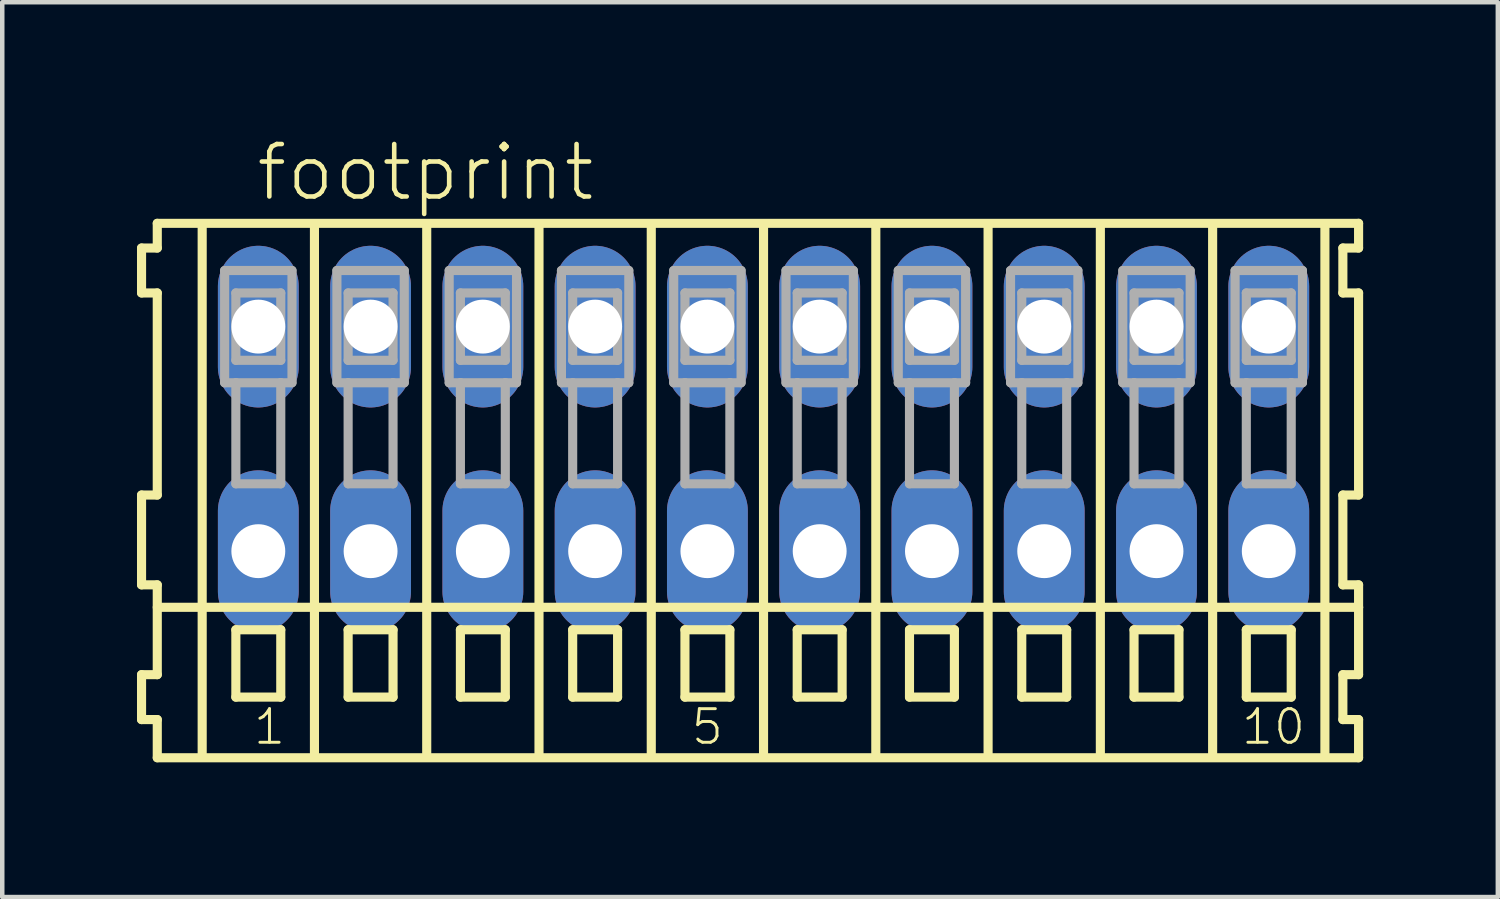
<source format=kicad_pcb>
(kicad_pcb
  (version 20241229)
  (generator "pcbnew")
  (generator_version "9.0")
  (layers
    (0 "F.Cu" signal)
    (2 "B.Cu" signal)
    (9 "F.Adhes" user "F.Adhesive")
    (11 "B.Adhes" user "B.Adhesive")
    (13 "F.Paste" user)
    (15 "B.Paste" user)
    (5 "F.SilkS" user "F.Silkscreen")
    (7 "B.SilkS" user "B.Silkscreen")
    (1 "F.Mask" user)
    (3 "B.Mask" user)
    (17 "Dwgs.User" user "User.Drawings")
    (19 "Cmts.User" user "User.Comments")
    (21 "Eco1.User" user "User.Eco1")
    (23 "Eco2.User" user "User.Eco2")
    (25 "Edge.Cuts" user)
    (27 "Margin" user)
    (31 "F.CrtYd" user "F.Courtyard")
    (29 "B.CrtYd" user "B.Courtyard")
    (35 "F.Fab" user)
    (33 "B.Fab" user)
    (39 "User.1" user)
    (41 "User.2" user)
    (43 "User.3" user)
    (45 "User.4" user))
  (footprint "footprint"
    (layer "F.Cu")
    (at 13.952 6.723)
    (property "Reference" "footprint" (at -11.35 -5.25 0) (layer "F.SilkS") (effects (font (size 1.168 1.168) (thickness 0.102)) (justify left bottom)))
    (fp_line (start -13.85 -4.25) (end -13.85 -3.25) (stroke (width 0.203) (type solid)) (layer "F.SilkS"))
    (fp_line (start -13.85 -3.25) (end -13.5 -3.25) (stroke (width 0.203) (type solid)) (layer "F.SilkS"))
    (fp_line (start -13.85 1.25) (end -13.85 3.25) (stroke (width 0.203) (type solid)) (layer "F.SilkS"))
    (fp_line (start -13.85 3.25) (end -13.5 3.25) (stroke (width 0.203) (type solid)) (layer "F.SilkS"))
    (fp_line (start -13.85 5.25) (end -13.85 6.25) (stroke (width 0.203) (type solid)) (layer "F.SilkS"))
    (fp_line (start -13.85 6.25) (end -13.5 6.25) (stroke (width 0.203) (type solid)) (layer "F.SilkS"))
    (fp_line (start -13.5 -4.8) (end -13.5 -4.25) (stroke (width 0.203) (type solid)) (layer "F.SilkS"))
    (fp_line (start -13.5 -4.25) (end -13.85 -4.25) (stroke (width 0.203) (type solid)) (layer "F.SilkS"))
    (fp_line (start -13.5 -3.25) (end -13.5 1.25) (stroke (width 0.203) (type solid)) (layer "F.SilkS"))
    (fp_line (start -13.5 1.25) (end -13.85 1.25) (stroke (width 0.203) (type solid)) (layer "F.SilkS"))
    (fp_line (start -13.5 3.25) (end -13.5 5.25) (stroke (width 0.203) (type solid)) (layer "F.SilkS"))
    (fp_line (start -13.5 3.75) (end 13.25 3.75) (stroke (width 0.203) (type solid)) (layer "F.SilkS"))
    (fp_line (start -13.5 5.25) (end -13.85 5.25) (stroke (width 0.203) (type solid)) (layer "F.SilkS"))
    (fp_line (start -13.5 6.25) (end -13.5 7.1) (stroke (width 0.203) (type solid)) (layer "F.SilkS"))
    (fp_line (start -13.5 7.1) (end 13.25 7.1) (stroke (width 0.203) (type solid)) (layer "F.SilkS"))
    (fp_line (start -12.5 -4.75) (end -12.5 7) (stroke (width 0.203) (type solid)) (layer "F.SilkS"))
    (fp_line (start -11.75 4.25) (end -11.75 5.75) (stroke (width 0.203) (type solid)) (layer "F.SilkS"))
    (fp_line (start -11.75 5.75) (end -10.75 5.75) (stroke (width 0.203) (type solid)) (layer "F.SilkS"))
    (fp_line (start -10.75 4.25) (end -11.75 4.25) (stroke (width 0.203) (type solid)) (layer "F.SilkS"))
    (fp_line (start -10.75 5.75) (end -10.75 4.25) (stroke (width 0.203) (type solid)) (layer "F.SilkS"))
    (fp_line (start -10 -4.75) (end -10 7) (stroke (width 0.203) (type solid)) (layer "F.SilkS"))
    (fp_line (start -9.25 4.25) (end -9.25 5.75) (stroke (width 0.203) (type solid)) (layer "F.SilkS"))
    (fp_line (start -9.25 5.75) (end -8.25 5.75) (stroke (width 0.203) (type solid)) (layer "F.SilkS"))
    (fp_line (start -8.25 4.25) (end -9.25 4.25) (stroke (width 0.203) (type solid)) (layer "F.SilkS"))
    (fp_line (start -8.25 5.75) (end -8.25 4.25) (stroke (width 0.203) (type solid)) (layer "F.SilkS"))
    (fp_line (start -7.5 -4.75) (end -7.5 7) (stroke (width 0.203) (type solid)) (layer "F.SilkS"))
    (fp_line (start -6.75 4.25) (end -6.75 5.75) (stroke (width 0.203) (type solid)) (layer "F.SilkS"))
    (fp_line (start -6.75 5.75) (end -5.75 5.75) (stroke (width 0.203) (type solid)) (layer "F.SilkS"))
    (fp_line (start -5.75 4.25) (end -6.75 4.25) (stroke (width 0.203) (type solid)) (layer "F.SilkS"))
    (fp_line (start -5.75 5.75) (end -5.75 4.25) (stroke (width 0.203) (type solid)) (layer "F.SilkS"))
    (fp_line (start -5 -4.75) (end -5 7) (stroke (width 0.203) (type solid)) (layer "F.SilkS"))
    (fp_line (start -4.25 4.25) (end -4.25 5.75) (stroke (width 0.203) (type solid)) (layer "F.SilkS"))
    (fp_line (start -4.25 5.75) (end -3.25 5.75) (stroke (width 0.203) (type solid)) (layer "F.SilkS"))
    (fp_line (start -3.25 4.25) (end -4.25 4.25) (stroke (width 0.203) (type solid)) (layer "F.SilkS"))
    (fp_line (start -3.25 5.75) (end -3.25 4.25) (stroke (width 0.203) (type solid)) (layer "F.SilkS"))
    (fp_line (start -2.5 -4.75) (end -2.5 7) (stroke (width 0.203) (type solid)) (layer "F.SilkS"))
    (fp_line (start -1.75 4.25) (end -1.75 5.75) (stroke (width 0.203) (type solid)) (layer "F.SilkS"))
    (fp_line (start -1.75 5.75) (end -0.75 5.75) (stroke (width 0.203) (type solid)) (layer "F.SilkS"))
    (fp_line (start -0.75 4.25) (end -1.75 4.25) (stroke (width 0.203) (type solid)) (layer "F.SilkS"))
    (fp_line (start -0.75 5.75) (end -0.75 4.25) (stroke (width 0.203) (type solid)) (layer "F.SilkS"))
    (fp_line (start 0 -4.75) (end 0 7) (stroke (width 0.203) (type solid)) (layer "F.SilkS"))
    (fp_line (start 0.75 4.25) (end 0.75 5.75) (stroke (width 0.203) (type solid)) (layer "F.SilkS"))
    (fp_line (start 0.75 5.75) (end 1.75 5.75) (stroke (width 0.203) (type solid)) (layer "F.SilkS"))
    (fp_line (start 1.75 4.25) (end 0.75 4.25) (stroke (width 0.203) (type solid)) (layer "F.SilkS"))
    (fp_line (start 1.75 5.75) (end 1.75 4.25) (stroke (width 0.203) (type solid)) (layer "F.SilkS"))
    (fp_line (start 2.5 -4.75) (end 2.5 7) (stroke (width 0.203) (type solid)) (layer "F.SilkS"))
    (fp_line (start 3.25 4.25) (end 3.25 5.75) (stroke (width 0.203) (type solid)) (layer "F.SilkS"))
    (fp_line (start 3.25 5.75) (end 4.25 5.75) (stroke (width 0.203) (type solid)) (layer "F.SilkS"))
    (fp_line (start 4.25 4.25) (end 3.25 4.25) (stroke (width 0.203) (type solid)) (layer "F.SilkS"))
    (fp_line (start 4.25 5.75) (end 4.25 4.25) (stroke (width 0.203) (type solid)) (layer "F.SilkS"))
    (fp_line (start 5 -4.75) (end 5 7) (stroke (width 0.203) (type solid)) (layer "F.SilkS"))
    (fp_line (start 5.75 4.25) (end 5.75 5.75) (stroke (width 0.203) (type solid)) (layer "F.SilkS"))
    (fp_line (start 5.75 5.75) (end 6.75 5.75) (stroke (width 0.203) (type solid)) (layer "F.SilkS"))
    (fp_line (start 6.75 4.25) (end 5.75 4.25) (stroke (width 0.203) (type solid)) (layer "F.SilkS"))
    (fp_line (start 6.75 5.75) (end 6.75 4.25) (stroke (width 0.203) (type solid)) (layer "F.SilkS"))
    (fp_line (start 7.5 -4.75) (end 7.5 7) (stroke (width 0.203) (type solid)) (layer "F.SilkS"))
    (fp_line (start 8.25 4.25) (end 8.25 5.75) (stroke (width 0.203) (type solid)) (layer "F.SilkS"))
    (fp_line (start 8.25 5.75) (end 9.25 5.75) (stroke (width 0.203) (type solid)) (layer "F.SilkS"))
    (fp_line (start 9.25 4.25) (end 8.25 4.25) (stroke (width 0.203) (type solid)) (layer "F.SilkS"))
    (fp_line (start 9.25 5.75) (end 9.25 4.25) (stroke (width 0.203) (type solid)) (layer "F.SilkS"))
    (fp_line (start 10 -4.75) (end 10 7) (stroke (width 0.203) (type solid)) (layer "F.SilkS"))
    (fp_line (start 10.75 4.25) (end 10.75 5.75) (stroke (width 0.203) (type solid)) (layer "F.SilkS"))
    (fp_line (start 10.75 5.75) (end 11.75 5.75) (stroke (width 0.203) (type solid)) (layer "F.SilkS"))
    (fp_line (start 11.75 4.25) (end 10.75 4.25) (stroke (width 0.203) (type solid)) (layer "F.SilkS"))
    (fp_line (start 11.75 5.75) (end 11.75 4.25) (stroke (width 0.203) (type solid)) (layer "F.SilkS"))
    (fp_line (start 12.5 -4.75) (end 12.5 7) (stroke (width 0.203) (type solid)) (layer "F.SilkS"))
    (fp_line (start 12.9 -4.25) (end 12.9 -3.25) (stroke (width 0.203) (type solid)) (layer "F.SilkS"))
    (fp_line (start 12.9 -3.25) (end 13.25 -3.25) (stroke (width 0.203) (type solid)) (layer "F.SilkS"))
    (fp_line (start 12.9 1.25) (end 12.9 3.25) (stroke (width 0.203) (type solid)) (layer "F.SilkS"))
    (fp_line (start 12.9 3.25) (end 13.25 3.25) (stroke (width 0.203) (type solid)) (layer "F.SilkS"))
    (fp_line (start 12.9 5.25) (end 12.9 6.25) (stroke (width 0.203) (type solid)) (layer "F.SilkS"))
    (fp_line (start 12.9 6.25) (end 13.25 6.25) (stroke (width 0.203) (type solid)) (layer "F.SilkS"))
    (fp_line (start 13.25 -4.8) (end -13.5 -4.8) (stroke (width 0.203) (type solid)) (layer "F.SilkS"))
    (fp_line (start 13.25 -4.25) (end 12.9 -4.25) (stroke (width 0.203) (type solid)) (layer "F.SilkS"))
    (fp_line (start 13.25 -4.25) (end 13.25 -4.8) (stroke (width 0.203) (type solid)) (layer "F.SilkS"))
    (fp_line (start 13.25 1.25) (end 12.9 1.25) (stroke (width 0.203) (type solid)) (layer "F.SilkS"))
    (fp_line (start 13.25 1.25) (end 13.25 -3.25) (stroke (width 0.203) (type solid)) (layer "F.SilkS"))
    (fp_line (start 13.25 3.75) (end 13.25 3.25) (stroke (width 0.203) (type solid)) (layer "F.SilkS"))
    (fp_line (start 13.25 5.25) (end 12.9 5.25) (stroke (width 0.203) (type solid)) (layer "F.SilkS"))
    (fp_line (start 13.25 5.25) (end 13.25 3.75) (stroke (width 0.203) (type solid)) (layer "F.SilkS"))
    (fp_line (start 13.25 7.1) (end 13.25 6.25) (stroke (width 0.203) (type solid)) (layer "F.SilkS"))
    (fp_line (start -12 -3.75) (end -12 -1.25) (stroke (width 0.203) (type solid)) (layer "F.Fab"))
    (fp_line (start -12 -1.25) (end -11.75 -1.25) (stroke (width 0.203) (type solid)) (layer "F.Fab"))
    (fp_line (start -11.75 -3.25) (end -11.75 -1.75) (stroke (width 0.203) (type solid)) (layer "F.Fab"))
    (fp_line (start -11.75 -1.75) (end -10.75 -1.75) (stroke (width 0.203) (type solid)) (layer "F.Fab"))
    (fp_line (start -11.75 -1.25) (end -11.75 1) (stroke (width 0.203) (type solid)) (layer "F.Fab"))
    (fp_line (start -11.75 -1.25) (end -10.75 -1.25) (stroke (width 0.203) (type solid)) (layer "F.Fab"))
    (fp_line (start -11.75 1) (end -10.75 1) (stroke (width 0.203) (type solid)) (layer "F.Fab"))
    (fp_line (start -10.75 -3.25) (end -11.75 -3.25) (stroke (width 0.203) (type solid)) (layer "F.Fab"))
    (fp_line (start -10.75 -1.75) (end -10.75 -3.25) (stroke (width 0.203) (type solid)) (layer "F.Fab"))
    (fp_line (start -10.75 -1.25) (end -10.5 -1.25) (stroke (width 0.203) (type solid)) (layer "F.Fab"))
    (fp_line (start -10.75 1) (end -10.75 -1.25) (stroke (width 0.203) (type solid)) (layer "F.Fab"))
    (fp_line (start -10.5 -3.75) (end -12 -3.75) (stroke (width 0.203) (type solid)) (layer "F.Fab"))
    (fp_line (start -10.5 -1.25) (end -10.5 -3.75) (stroke (width 0.203) (type solid)) (layer "F.Fab"))
    (fp_line (start -9.5 -3.75) (end -9.5 -1.25) (stroke (width 0.203) (type solid)) (layer "F.Fab"))
    (fp_line (start -9.5 -1.25) (end -9.25 -1.25) (stroke (width 0.203) (type solid)) (layer "F.Fab"))
    (fp_line (start -9.25 -3.25) (end -9.25 -1.75) (stroke (width 0.203) (type solid)) (layer "F.Fab"))
    (fp_line (start -9.25 -1.75) (end -8.25 -1.75) (stroke (width 0.203) (type solid)) (layer "F.Fab"))
    (fp_line (start -9.25 -1.25) (end -9.25 1) (stroke (width 0.203) (type solid)) (layer "F.Fab"))
    (fp_line (start -9.25 -1.25) (end -8.25 -1.25) (stroke (width 0.203) (type solid)) (layer "F.Fab"))
    (fp_line (start -9.25 1) (end -8.25 1) (stroke (width 0.203) (type solid)) (layer "F.Fab"))
    (fp_line (start -8.25 -3.25) (end -9.25 -3.25) (stroke (width 0.203) (type solid)) (layer "F.Fab"))
    (fp_line (start -8.25 -1.75) (end -8.25 -3.25) (stroke (width 0.203) (type solid)) (layer "F.Fab"))
    (fp_line (start -8.25 -1.25) (end -8 -1.25) (stroke (width 0.203) (type solid)) (layer "F.Fab"))
    (fp_line (start -8.25 1) (end -8.25 -1.25) (stroke (width 0.203) (type solid)) (layer "F.Fab"))
    (fp_line (start -8 -3.75) (end -9.5 -3.75) (stroke (width 0.203) (type solid)) (layer "F.Fab"))
    (fp_line (start -8 -1.25) (end -8 -3.75) (stroke (width 0.203) (type solid)) (layer "F.Fab"))
    (fp_line (start -7 -3.75) (end -7 -1.25) (stroke (width 0.203) (type solid)) (layer "F.Fab"))
    (fp_line (start -7 -1.25) (end -6.75 -1.25) (stroke (width 0.203) (type solid)) (layer "F.Fab"))
    (fp_line (start -6.75 -3.25) (end -6.75 -1.75) (stroke (width 0.203) (type solid)) (layer "F.Fab"))
    (fp_line (start -6.75 -1.75) (end -5.75 -1.75) (stroke (width 0.203) (type solid)) (layer "F.Fab"))
    (fp_line (start -6.75 -1.25) (end -6.75 1) (stroke (width 0.203) (type solid)) (layer "F.Fab"))
    (fp_line (start -6.75 -1.25) (end -5.75 -1.25) (stroke (width 0.203) (type solid)) (layer "F.Fab"))
    (fp_line (start -6.75 1) (end -5.75 1) (stroke (width 0.203) (type solid)) (layer "F.Fab"))
    (fp_line (start -5.75 -3.25) (end -6.75 -3.25) (stroke (width 0.203) (type solid)) (layer "F.Fab"))
    (fp_line (start -5.75 -1.75) (end -5.75 -3.25) (stroke (width 0.203) (type solid)) (layer "F.Fab"))
    (fp_line (start -5.75 -1.25) (end -5.5 -1.25) (stroke (width 0.203) (type solid)) (layer "F.Fab"))
    (fp_line (start -5.75 1) (end -5.75 -1.25) (stroke (width 0.203) (type solid)) (layer "F.Fab"))
    (fp_line (start -5.5 -3.75) (end -7 -3.75) (stroke (width 0.203) (type solid)) (layer "F.Fab"))
    (fp_line (start -5.5 -1.25) (end -5.5 -3.75) (stroke (width 0.203) (type solid)) (layer "F.Fab"))
    (fp_line (start -4.5 -3.75) (end -4.5 -1.25) (stroke (width 0.203) (type solid)) (layer "F.Fab"))
    (fp_line (start -4.5 -1.25) (end -4.25 -1.25) (stroke (width 0.203) (type solid)) (layer "F.Fab"))
    (fp_line (start -4.25 -3.25) (end -4.25 -1.75) (stroke (width 0.203) (type solid)) (layer "F.Fab"))
    (fp_line (start -4.25 -1.75) (end -3.25 -1.75) (stroke (width 0.203) (type solid)) (layer "F.Fab"))
    (fp_line (start -4.25 -1.25) (end -4.25 1) (stroke (width 0.203) (type solid)) (layer "F.Fab"))
    (fp_line (start -4.25 -1.25) (end -3.25 -1.25) (stroke (width 0.203) (type solid)) (layer "F.Fab"))
    (fp_line (start -4.25 1) (end -3.25 1) (stroke (width 0.203) (type solid)) (layer "F.Fab"))
    (fp_line (start -3.25 -3.25) (end -4.25 -3.25) (stroke (width 0.203) (type solid)) (layer "F.Fab"))
    (fp_line (start -3.25 -1.75) (end -3.25 -3.25) (stroke (width 0.203) (type solid)) (layer "F.Fab"))
    (fp_line (start -3.25 -1.25) (end -3 -1.25) (stroke (width 0.203) (type solid)) (layer "F.Fab"))
    (fp_line (start -3.25 1) (end -3.25 -1.25) (stroke (width 0.203) (type solid)) (layer "F.Fab"))
    (fp_line (start -3 -3.75) (end -4.5 -3.75) (stroke (width 0.203) (type solid)) (layer "F.Fab"))
    (fp_line (start -3 -1.25) (end -3 -3.75) (stroke (width 0.203) (type solid)) (layer "F.Fab"))
    (fp_line (start -2 -3.75) (end -2 -1.25) (stroke (width 0.203) (type solid)) (layer "F.Fab"))
    (fp_line (start -2 -1.25) (end -1.75 -1.25) (stroke (width 0.203) (type solid)) (layer "F.Fab"))
    (fp_line (start -1.75 -3.25) (end -1.75 -1.75) (stroke (width 0.203) (type solid)) (layer "F.Fab"))
    (fp_line (start -1.75 -1.75) (end -0.75 -1.75) (stroke (width 0.203) (type solid)) (layer "F.Fab"))
    (fp_line (start -1.75 -1.25) (end -1.75 1) (stroke (width 0.203) (type solid)) (layer "F.Fab"))
    (fp_line (start -1.75 -1.25) (end -0.75 -1.25) (stroke (width 0.203) (type solid)) (layer "F.Fab"))
    (fp_line (start -1.75 1) (end -0.75 1) (stroke (width 0.203) (type solid)) (layer "F.Fab"))
    (fp_line (start -0.75 -3.25) (end -1.75 -3.25) (stroke (width 0.203) (type solid)) (layer "F.Fab"))
    (fp_line (start -0.75 -1.75) (end -0.75 -3.25) (stroke (width 0.203) (type solid)) (layer "F.Fab"))
    (fp_line (start -0.75 -1.25) (end -0.5 -1.25) (stroke (width 0.203) (type solid)) (layer "F.Fab"))
    (fp_line (start -0.75 1) (end -0.75 -1.25) (stroke (width 0.203) (type solid)) (layer "F.Fab"))
    (fp_line (start -0.5 -3.75) (end -2 -3.75) (stroke (width 0.203) (type solid)) (layer "F.Fab"))
    (fp_line (start -0.5 -1.25) (end -0.5 -3.75) (stroke (width 0.203) (type solid)) (layer "F.Fab"))
    (fp_line (start 0.5 -3.75) (end 0.5 -1.25) (stroke (width 0.203) (type solid)) (layer "F.Fab"))
    (fp_line (start 0.5 -1.25) (end 0.75 -1.25) (stroke (width 0.203) (type solid)) (layer "F.Fab"))
    (fp_line (start 0.75 -3.25) (end 0.75 -1.75) (stroke (width 0.203) (type solid)) (layer "F.Fab"))
    (fp_line (start 0.75 -1.75) (end 1.75 -1.75) (stroke (width 0.203) (type solid)) (layer "F.Fab"))
    (fp_line (start 0.75 -1.25) (end 0.75 1) (stroke (width 0.203) (type solid)) (layer "F.Fab"))
    (fp_line (start 0.75 -1.25) (end 1.75 -1.25) (stroke (width 0.203) (type solid)) (layer "F.Fab"))
    (fp_line (start 0.75 1) (end 1.75 1) (stroke (width 0.203) (type solid)) (layer "F.Fab"))
    (fp_line (start 1.75 -3.25) (end 0.75 -3.25) (stroke (width 0.203) (type solid)) (layer "F.Fab"))
    (fp_line (start 1.75 -1.75) (end 1.75 -3.25) (stroke (width 0.203) (type solid)) (layer "F.Fab"))
    (fp_line (start 1.75 -1.25) (end 2 -1.25) (stroke (width 0.203) (type solid)) (layer "F.Fab"))
    (fp_line (start 1.75 1) (end 1.75 -1.25) (stroke (width 0.203) (type solid)) (layer "F.Fab"))
    (fp_line (start 2 -3.75) (end 0.5 -3.75) (stroke (width 0.203) (type solid)) (layer "F.Fab"))
    (fp_line (start 2 -1.25) (end 2 -3.75) (stroke (width 0.203) (type solid)) (layer "F.Fab"))
    (fp_line (start 3 -3.75) (end 3 -1.25) (stroke (width 0.203) (type solid)) (layer "F.Fab"))
    (fp_line (start 3 -1.25) (end 3.25 -1.25) (stroke (width 0.203) (type solid)) (layer "F.Fab"))
    (fp_line (start 3.25 -3.25) (end 3.25 -1.75) (stroke (width 0.203) (type solid)) (layer "F.Fab"))
    (fp_line (start 3.25 -1.75) (end 4.25 -1.75) (stroke (width 0.203) (type solid)) (layer "F.Fab"))
    (fp_line (start 3.25 -1.25) (end 3.25 1) (stroke (width 0.203) (type solid)) (layer "F.Fab"))
    (fp_line (start 3.25 -1.25) (end 4.25 -1.25) (stroke (width 0.203) (type solid)) (layer "F.Fab"))
    (fp_line (start 3.25 1) (end 4.25 1) (stroke (width 0.203) (type solid)) (layer "F.Fab"))
    (fp_line (start 4.25 -3.25) (end 3.25 -3.25) (stroke (width 0.203) (type solid)) (layer "F.Fab"))
    (fp_line (start 4.25 -1.75) (end 4.25 -3.25) (stroke (width 0.203) (type solid)) (layer "F.Fab"))
    (fp_line (start 4.25 -1.25) (end 4.5 -1.25) (stroke (width 0.203) (type solid)) (layer "F.Fab"))
    (fp_line (start 4.25 1) (end 4.25 -1.25) (stroke (width 0.203) (type solid)) (layer "F.Fab"))
    (fp_line (start 4.5 -3.75) (end 3 -3.75) (stroke (width 0.203) (type solid)) (layer "F.Fab"))
    (fp_line (start 4.5 -1.25) (end 4.5 -3.75) (stroke (width 0.203) (type solid)) (layer "F.Fab"))
    (fp_line (start 5.5 -3.75) (end 5.5 -1.25) (stroke (width 0.203) (type solid)) (layer "F.Fab"))
    (fp_line (start 5.5 -1.25) (end 5.75 -1.25) (stroke (width 0.203) (type solid)) (layer "F.Fab"))
    (fp_line (start 5.75 -3.25) (end 5.75 -1.75) (stroke (width 0.203) (type solid)) (layer "F.Fab"))
    (fp_line (start 5.75 -1.75) (end 6.75 -1.75) (stroke (width 0.203) (type solid)) (layer "F.Fab"))
    (fp_line (start 5.75 -1.25) (end 5.75 1) (stroke (width 0.203) (type solid)) (layer "F.Fab"))
    (fp_line (start 5.75 -1.25) (end 6.75 -1.25) (stroke (width 0.203) (type solid)) (layer "F.Fab"))
    (fp_line (start 5.75 1) (end 6.75 1) (stroke (width 0.203) (type solid)) (layer "F.Fab"))
    (fp_line (start 6.75 -3.25) (end 5.75 -3.25) (stroke (width 0.203) (type solid)) (layer "F.Fab"))
    (fp_line (start 6.75 -1.75) (end 6.75 -3.25) (stroke (width 0.203) (type solid)) (layer "F.Fab"))
    (fp_line (start 6.75 -1.25) (end 7 -1.25) (stroke (width 0.203) (type solid)) (layer "F.Fab"))
    (fp_line (start 6.75 1) (end 6.75 -1.25) (stroke (width 0.203) (type solid)) (layer "F.Fab"))
    (fp_line (start 7 -3.75) (end 5.5 -3.75) (stroke (width 0.203) (type solid)) (layer "F.Fab"))
    (fp_line (start 7 -1.25) (end 7 -3.75) (stroke (width 0.203) (type solid)) (layer "F.Fab"))
    (fp_line (start 8 -3.75) (end 8 -1.25) (stroke (width 0.203) (type solid)) (layer "F.Fab"))
    (fp_line (start 8 -1.25) (end 8.25 -1.25) (stroke (width 0.203) (type solid)) (layer "F.Fab"))
    (fp_line (start 8.25 -3.25) (end 8.25 -1.75) (stroke (width 0.203) (type solid)) (layer "F.Fab"))
    (fp_line (start 8.25 -1.75) (end 9.25 -1.75) (stroke (width 0.203) (type solid)) (layer "F.Fab"))
    (fp_line (start 8.25 -1.25) (end 8.25 1) (stroke (width 0.203) (type solid)) (layer "F.Fab"))
    (fp_line (start 8.25 -1.25) (end 9.25 -1.25) (stroke (width 0.203) (type solid)) (layer "F.Fab"))
    (fp_line (start 8.25 1) (end 9.25 1) (stroke (width 0.203) (type solid)) (layer "F.Fab"))
    (fp_line (start 9.25 -3.25) (end 8.25 -3.25) (stroke (width 0.203) (type solid)) (layer "F.Fab"))
    (fp_line (start 9.25 -1.75) (end 9.25 -3.25) (stroke (width 0.203) (type solid)) (layer "F.Fab"))
    (fp_line (start 9.25 -1.25) (end 9.5 -1.25) (stroke (width 0.203) (type solid)) (layer "F.Fab"))
    (fp_line (start 9.25 1) (end 9.25 -1.25) (stroke (width 0.203) (type solid)) (layer "F.Fab"))
    (fp_line (start 9.5 -3.75) (end 8 -3.75) (stroke (width 0.203) (type solid)) (layer "F.Fab"))
    (fp_line (start 9.5 -1.25) (end 9.5 -3.75) (stroke (width 0.203) (type solid)) (layer "F.Fab"))
    (fp_line (start 10.5 -3.75) (end 10.5 -1.25) (stroke (width 0.203) (type solid)) (layer "F.Fab"))
    (fp_line (start 10.5 -1.25) (end 10.75 -1.25) (stroke (width 0.203) (type solid)) (layer "F.Fab"))
    (fp_line (start 10.75 -3.25) (end 10.75 -1.75) (stroke (width 0.203) (type solid)) (layer "F.Fab"))
    (fp_line (start 10.75 -1.75) (end 11.75 -1.75) (stroke (width 0.203) (type solid)) (layer "F.Fab"))
    (fp_line (start 10.75 -1.25) (end 10.75 1) (stroke (width 0.203) (type solid)) (layer "F.Fab"))
    (fp_line (start 10.75 -1.25) (end 11.75 -1.25) (stroke (width 0.203) (type solid)) (layer "F.Fab"))
    (fp_line (start 10.75 1) (end 11.75 1) (stroke (width 0.203) (type solid)) (layer "F.Fab"))
    (fp_line (start 11.75 -3.25) (end 10.75 -3.25) (stroke (width 0.203) (type solid)) (layer "F.Fab"))
    (fp_line (start 11.75 -1.75) (end 11.75 -3.25) (stroke (width 0.203) (type solid)) (layer "F.Fab"))
    (fp_line (start 11.75 -1.25) (end 12 -1.25) (stroke (width 0.203) (type solid)) (layer "F.Fab"))
    (fp_line (start 11.75 1) (end 11.75 -1.25) (stroke (width 0.203) (type solid)) (layer "F.Fab"))
    (fp_line (start 12 -3.75) (end 10.5 -3.75) (stroke (width 0.203) (type solid)) (layer "F.Fab"))
    (fp_line (start 12 -1.25) (end 12 -3.75) (stroke (width 0.203) (type solid)) (layer "F.Fab"))
    (fp_text user "10" (at 10.6 6.85 0) (layer "F.SilkS") (effects (font (size 0.748 0.748) (thickness 0.065)) (justify left bottom)))
    (fp_text user "1" (at -11.4 6.85 0) (layer "F.SilkS") (effects (font (size 0.748 0.748) (thickness 0.065)) (justify left bottom)))
    (fp_text user "5" (at -1.65 6.85 0) (layer "F.SilkS") (effects (font (size 0.748 0.748) (thickness 0.065)) (justify left bottom)))
    (pad "A1" thru_hole oval (at -11.25 -2.5 90) (size 3.6 1.8) (drill 1.2) (layers "*.Cu" "*.Mask"))
    (pad "A2" thru_hole oval (at -8.75 -2.5 90) (size 3.6 1.8) (drill 1.2) (layers "*.Cu" "*.Mask"))
    (pad "A3" thru_hole oval (at -6.25 -2.5 90) (size 3.6 1.8) (drill 1.2) (layers "*.Cu" "*.Mask"))
    (pad "A4" thru_hole oval (at -3.75 -2.5 90) (size 3.6 1.8) (drill 1.2) (layers "*.Cu" "*.Mask"))
    (pad "A5" thru_hole oval (at -1.25 -2.5 90) (size 3.6 1.8) (drill 1.2) (layers "*.Cu" "*.Mask"))
    (pad "A6" thru_hole oval (at 1.25 -2.5 90) (size 3.6 1.8) (drill 1.2) (layers "*.Cu" "*.Mask"))
    (pad "A7" thru_hole oval (at 3.75 -2.5 90) (size 3.6 1.8) (drill 1.2) (layers "*.Cu" "*.Mask"))
    (pad "A8" thru_hole oval (at 6.25 -2.5 90) (size 3.6 1.8) (drill 1.2) (layers "*.Cu" "*.Mask"))
    (pad "A9" thru_hole oval (at 8.75 -2.5 90) (size 3.6 1.8) (drill 1.2) (layers "*.Cu" "*.Mask"))
    (pad "A10" thru_hole oval (at 11.25 -2.5 90) (size 3.6 1.8) (drill 1.2) (layers "*.Cu" "*.Mask"))
    (pad "B1" thru_hole oval (at -11.25 2.5 90) (size 3.6 1.8) (drill 1.2) (layers "*.Cu" "*.Mask"))
    (pad "B2" thru_hole oval (at -8.75 2.5 90) (size 3.6 1.8) (drill 1.2) (layers "*.Cu" "*.Mask"))
    (pad "B3" thru_hole oval (at -6.25 2.5 90) (size 3.6 1.8) (drill 1.2) (layers "*.Cu" "*.Mask"))
    (pad "B4" thru_hole oval (at -3.75 2.5 90) (size 3.6 1.8) (drill 1.2) (layers "*.Cu" "*.Mask"))
    (pad "B5" thru_hole oval (at -1.25 2.5 90) (size 3.6 1.8) (drill 1.2) (layers "*.Cu" "*.Mask"))
    (pad "B6" thru_hole oval (at 1.25 2.5 90) (size 3.6 1.8) (drill 1.2) (layers "*.Cu" "*.Mask"))
    (pad "B7" thru_hole oval (at 3.75 2.5 90) (size 3.6 1.8) (drill 1.2) (layers "*.Cu" "*.Mask"))
    (pad "B8" thru_hole oval (at 6.25 2.5 90) (size 3.6 1.8) (drill 1.2) (layers "*.Cu" "*.Mask"))
    (pad "B9" thru_hole oval (at 8.75 2.5 90) (size 3.6 1.8) (drill 1.2) (layers "*.Cu" "*.Mask"))
    (pad "B10" thru_hole oval (at 11.25 2.5 90) (size 3.6 1.8) (drill 1.2) (layers "*.Cu" "*.Mask")))
  (gr_rect
    (start -3 -3)
    (end 30.303 16.925)
    (stroke (width 0.1) (type default))
    (fill no)
    (layer "Edge.Cuts")))
</source>
